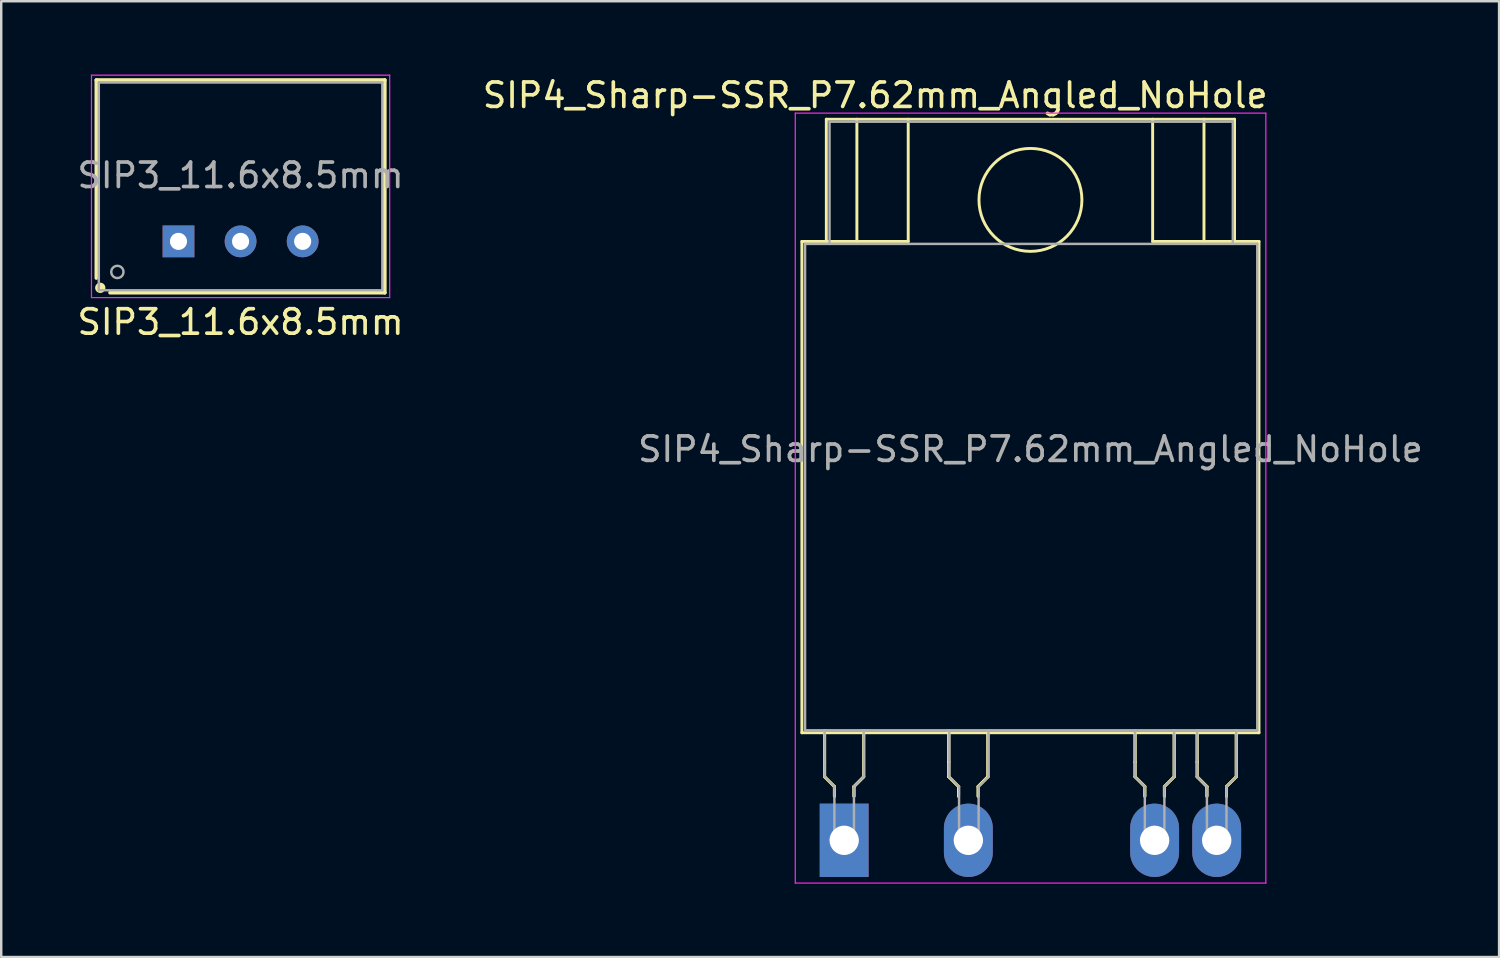
<source format=kicad_pcb>
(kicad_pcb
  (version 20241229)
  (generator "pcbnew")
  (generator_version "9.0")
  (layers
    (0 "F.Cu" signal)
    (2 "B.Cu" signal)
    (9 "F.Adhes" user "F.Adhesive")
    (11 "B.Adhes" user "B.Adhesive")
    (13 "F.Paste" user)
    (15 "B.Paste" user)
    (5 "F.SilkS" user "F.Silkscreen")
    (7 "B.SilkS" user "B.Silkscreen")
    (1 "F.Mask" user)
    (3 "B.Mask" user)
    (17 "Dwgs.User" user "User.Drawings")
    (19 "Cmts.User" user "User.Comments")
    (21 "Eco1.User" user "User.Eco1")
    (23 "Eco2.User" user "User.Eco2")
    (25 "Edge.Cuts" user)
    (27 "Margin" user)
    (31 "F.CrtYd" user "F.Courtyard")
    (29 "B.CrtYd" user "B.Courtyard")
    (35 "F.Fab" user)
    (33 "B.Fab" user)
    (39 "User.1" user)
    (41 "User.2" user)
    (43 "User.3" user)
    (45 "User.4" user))
  (footprint "SIP3_11.6x8.5mm"
    (layer "F.Cu")
    (at 4.252 6.825)
    (property "Reference" "SIP3_11.6x8.5mm" (at 2.54 3.3 180) (layer "F.SilkS") (effects (font (size 1 1) (thickness 0.15))))
    (attr through_hole)
    (fp_line (start -3.36 -6.6) (end 8.44 -6.6) (stroke (width 0.15) (type solid)) (layer "F.SilkS"))
    (fp_line (start -3.36 1.5) (end -3.36 -6.6) (stroke (width 0.15) (type solid)) (layer "F.SilkS"))
    (fp_line (start -2.8 2.1) (end 8.44 2.1) (stroke (width 0.15) (type solid)) (layer "F.SilkS"))
    (fp_line (start 8.44 -6.6) (end 8.44 2.1) (stroke (width 0.15) (type solid)) (layer "F.SilkS"))
    (fp_circle (center -3.2 1.9) (end -3.05 1.9) (stroke (width 0.12) (type solid)) (fill yes) (layer "F.SilkS"))
    (fp_line (start -3.56 2.3) (end -3.56 -6.8) (stroke (width 0.05) (type solid)) (layer "F.CrtYd"))
    (fp_line (start 8.64 -6.8) (end -3.56 -6.8) (stroke (width 0.05) (type solid)) (layer "F.CrtYd"))
    (fp_line (start 8.64 2.3) (end -3.56 2.3) (stroke (width 0.05) (type solid)) (layer "F.CrtYd"))
    (fp_line (start 8.64 2.3) (end 8.64 -6.8) (stroke (width 0.05) (type solid)) (layer "F.CrtYd"))
    (fp_line (start -3.26 -6.5) (end -3.26 2) (stroke (width 0.1) (type solid)) (layer "F.Fab"))
    (fp_line (start 8.34 -6.5) (end -3.26 -6.5) (stroke (width 0.1) (type solid)) (layer "F.Fab"))
    (fp_line (start 8.34 2) (end -3.26 2) (stroke (width 0.1) (type solid)) (layer "F.Fab"))
    (fp_line (start 8.34 2) (end 8.34 -6.5) (stroke (width 0.1) (type solid)) (layer "F.Fab"))
    (fp_circle (center -2.5 1.25) (end -2.25 1.25) (stroke (width 0.1) (type solid)) (fill no) (layer "F.Fab"))
    (fp_text user "${REFERENCE}" (at 2.54 -2.7 180) (layer "F.Fab") (effects (font (size 1 1) (thickness 0.15))))
    (pad "1" thru_hole rect (at 0 0 270) (size 1.3 1.3) (drill 0.7) (layers "*.Cu" "*.Mask"))
    (pad "2" thru_hole circle (at 2.54 0 180) (size 1.3 1.3) (drill 0.7) (layers "*.Cu" "*.Mask"))
    (pad "3" thru_hole circle (at 5.08 0 270) (size 1.3 1.3) (drill 0.7) (layers "*.Cu" "*.Mask")))
  (footprint "SIP4_Sharp-SSR_P7.62mm_Angled_NoHole"
    (layer "F.Cu")
    (at 31.486 31.328)
    (property "Reference" "SIP4_Sharp-SSR_P7.62mm_Angled_NoHole" (at 1.27 -30.48 0) (layer "F.SilkS") (effects (font (size 1 1) (thickness 0.15))))
    (attr through_hole)
    (fp_line (start -1.73 -24.5) (end 2.62 -24.5) (stroke (width 0.12) (type solid)) (layer "F.SilkS"))
    (fp_line (start -1.73 -4.4) (end -1.73 -24.5) (stroke (width 0.12) (type solid)) (layer "F.SilkS"))
    (fp_line (start -0.8 -3.2) (end -0.8 -4.4) (stroke (width 0.12) (type solid)) (layer "F.SilkS"))
    (fp_line (start -0.8 -3.2) (end -0.8 -4.4) (stroke (width 0.12) (type solid)) (layer "F.SilkS"))
    (fp_line (start -0.8 -2.6) (end -0.8 -3.2) (stroke (width 0.12) (type solid)) (layer "F.SilkS"))
    (fp_line (start -0.8 -2.6) (end -0.8 -3.2) (stroke (width 0.12) (type solid)) (layer "F.SilkS"))
    (fp_line (start -0.73 -29.5) (end 15.97 -29.5) (stroke (width 0.12) (type solid)) (layer "F.SilkS"))
    (fp_line (start -0.73 -24.5) (end -0.73 -29.5) (stroke (width 0.12) (type solid)) (layer "F.SilkS"))
    (fp_line (start -0.4 -2.2) (end -0.8 -2.6) (stroke (width 0.12) (type solid)) (layer "F.SilkS"))
    (fp_line (start -0.4 -2.2) (end -0.8 -2.6) (stroke (width 0.12) (type solid)) (layer "F.SilkS"))
    (fp_line (start -0.4 -2.2) (end -0.4 -1.8) (stroke (width 0.12) (type solid)) (layer "F.SilkS"))
    (fp_line (start -0.4 -2.2) (end -0.4 -1.8) (stroke (width 0.12) (type solid)) (layer "F.SilkS"))
    (fp_line (start 0.4 -2.2) (end 0.8 -2.6) (stroke (width 0.12) (type solid)) (layer "F.SilkS"))
    (fp_line (start 0.4 -2.2) (end 0.8 -2.6) (stroke (width 0.12) (type solid)) (layer "F.SilkS"))
    (fp_line (start 0.4 -1.8) (end 0.4 -2.2) (stroke (width 0.12) (type solid)) (layer "F.SilkS"))
    (fp_line (start 0.4 -1.8) (end 0.4 -2.2) (stroke (width 0.12) (type solid)) (layer "F.SilkS"))
    (fp_line (start 0.52 -24.5) (end 0.52 -29.5) (stroke (width 0.12) (type solid)) (layer "F.SilkS"))
    (fp_line (start 0.8 -2.6) (end 0.8 -4.4) (stroke (width 0.12) (type solid)) (layer "F.SilkS"))
    (fp_line (start 0.8 -2.6) (end 0.8 -4.4) (stroke (width 0.12) (type solid)) (layer "F.SilkS"))
    (fp_line (start 2.62 -29.5) (end 2.62 -24.5) (stroke (width 0.12) (type solid)) (layer "F.SilkS"))
    (fp_line (start 4.28 -3.2) (end 4.28 -4.4) (stroke (width 0.12) (type solid)) (layer "F.SilkS"))
    (fp_line (start 4.28 -3.2) (end 4.28 -4.4) (stroke (width 0.12) (type solid)) (layer "F.SilkS"))
    (fp_line (start 4.28 -2.6) (end 4.28 -3.2) (stroke (width 0.12) (type solid)) (layer "F.SilkS"))
    (fp_line (start 4.28 -2.6) (end 4.28 -3.2) (stroke (width 0.12) (type solid)) (layer "F.SilkS"))
    (fp_line (start 4.68 -2.2) (end 4.28 -2.6) (stroke (width 0.12) (type solid)) (layer "F.SilkS"))
    (fp_line (start 4.68 -2.2) (end 4.28 -2.6) (stroke (width 0.12) (type solid)) (layer "F.SilkS"))
    (fp_line (start 4.68 -2.2) (end 4.68 -1.8) (stroke (width 0.12) (type solid)) (layer "F.SilkS"))
    (fp_line (start 4.68 -2.2) (end 4.68 -1.8) (stroke (width 0.12) (type solid)) (layer "F.SilkS"))
    (fp_line (start 5.48 -2.2) (end 5.88 -2.6) (stroke (width 0.12) (type solid)) (layer "F.SilkS"))
    (fp_line (start 5.48 -2.2) (end 5.88 -2.6) (stroke (width 0.12) (type solid)) (layer "F.SilkS"))
    (fp_line (start 5.48 -1.8) (end 5.48 -2.2) (stroke (width 0.12) (type solid)) (layer "F.SilkS"))
    (fp_line (start 5.48 -1.8) (end 5.48 -2.2) (stroke (width 0.12) (type solid)) (layer "F.SilkS"))
    (fp_line (start 5.88 -2.6) (end 5.88 -4.4) (stroke (width 0.12) (type solid)) (layer "F.SilkS"))
    (fp_line (start 5.88 -2.6) (end 5.88 -4.4) (stroke (width 0.12) (type solid)) (layer "F.SilkS"))
    (fp_line (start 11.9 -3.2) (end 11.9 -4.4) (stroke (width 0.12) (type solid)) (layer "F.SilkS"))
    (fp_line (start 11.9 -3.2) (end 11.9 -4.4) (stroke (width 0.12) (type solid)) (layer "F.SilkS"))
    (fp_line (start 11.9 -2.6) (end 11.9 -3.2) (stroke (width 0.12) (type solid)) (layer "F.SilkS"))
    (fp_line (start 11.9 -2.6) (end 11.9 -3.2) (stroke (width 0.12) (type solid)) (layer "F.SilkS"))
    (fp_line (start 12.3 -2.2) (end 11.9 -2.6) (stroke (width 0.12) (type solid)) (layer "F.SilkS"))
    (fp_line (start 12.3 -2.2) (end 11.9 -2.6) (stroke (width 0.12) (type solid)) (layer "F.SilkS"))
    (fp_line (start 12.3 -2.2) (end 12.3 -1.8) (stroke (width 0.12) (type solid)) (layer "F.SilkS"))
    (fp_line (start 12.3 -2.2) (end 12.3 -1.8) (stroke (width 0.12) (type solid)) (layer "F.SilkS"))
    (fp_line (start 12.62 -29.5) (end 12.62 -24.5) (stroke (width 0.12) (type solid)) (layer "F.SilkS"))
    (fp_line (start 12.62 -24.5) (end 16.97 -24.5) (stroke (width 0.12) (type solid)) (layer "F.SilkS"))
    (fp_line (start 13.1 -2.2) (end 13.5 -2.6) (stroke (width 0.12) (type solid)) (layer "F.SilkS"))
    (fp_line (start 13.1 -2.2) (end 13.5 -2.6) (stroke (width 0.12) (type solid)) (layer "F.SilkS"))
    (fp_line (start 13.1 -1.8) (end 13.1 -2.2) (stroke (width 0.12) (type solid)) (layer "F.SilkS"))
    (fp_line (start 13.1 -1.8) (end 13.1 -2.2) (stroke (width 0.12) (type solid)) (layer "F.SilkS"))
    (fp_line (start 13.5 -2.6) (end 13.5 -4.4) (stroke (width 0.12) (type solid)) (layer "F.SilkS"))
    (fp_line (start 13.5 -2.6) (end 13.5 -4.4) (stroke (width 0.12) (type solid)) (layer "F.SilkS"))
    (fp_line (start 14.44 -3.2) (end 14.44 -4.4) (stroke (width 0.12) (type solid)) (layer "F.SilkS"))
    (fp_line (start 14.44 -3.2) (end 14.44 -4.4) (stroke (width 0.12) (type solid)) (layer "F.SilkS"))
    (fp_line (start 14.44 -2.6) (end 14.44 -3.2) (stroke (width 0.12) (type solid)) (layer "F.SilkS"))
    (fp_line (start 14.44 -2.6) (end 14.44 -3.2) (stroke (width 0.12) (type solid)) (layer "F.SilkS"))
    (fp_line (start 14.72 -24.5) (end 14.72 -29.5) (stroke (width 0.12) (type solid)) (layer "F.SilkS"))
    (fp_line (start 14.84 -2.2) (end 14.44 -2.6) (stroke (width 0.12) (type solid)) (layer "F.SilkS"))
    (fp_line (start 14.84 -2.2) (end 14.44 -2.6) (stroke (width 0.12) (type solid)) (layer "F.SilkS"))
    (fp_line (start 14.84 -2.2) (end 14.84 -1.8) (stroke (width 0.12) (type solid)) (layer "F.SilkS"))
    (fp_line (start 14.84 -2.2) (end 14.84 -1.8) (stroke (width 0.12) (type solid)) (layer "F.SilkS"))
    (fp_line (start 15.64 -2.2) (end 16.04 -2.6) (stroke (width 0.12) (type solid)) (layer "F.SilkS"))
    (fp_line (start 15.64 -2.2) (end 16.04 -2.6) (stroke (width 0.12) (type solid)) (layer "F.SilkS"))
    (fp_line (start 15.64 -1.8) (end 15.64 -2.2) (stroke (width 0.12) (type solid)) (layer "F.SilkS"))
    (fp_line (start 15.64 -1.8) (end 15.64 -2.2) (stroke (width 0.12) (type solid)) (layer "F.SilkS"))
    (fp_line (start 15.97 -24.5) (end 15.97 -29.5) (stroke (width 0.12) (type solid)) (layer "F.SilkS"))
    (fp_line (start 16.04 -2.6) (end 16.04 -4.4) (stroke (width 0.12) (type solid)) (layer "F.SilkS"))
    (fp_line (start 16.04 -2.6) (end 16.04 -4.4) (stroke (width 0.12) (type solid)) (layer "F.SilkS"))
    (fp_line (start 16.97 -24.5) (end 16.97 -4.4) (stroke (width 0.12) (type solid)) (layer "F.SilkS"))
    (fp_line (start 16.97 -4.4) (end -1.73 -4.4) (stroke (width 0.12) (type solid)) (layer "F.SilkS"))
    (fp_circle (center 7.62 -26.2) (end 9.35 -27.4) (stroke (width 0.12) (type solid)) (fill no) (layer "F.SilkS"))
    (fp_line (start -2 -29.75) (end 17.25 -29.75) (stroke (width 0.05) (type solid)) (layer "F.CrtYd"))
    (fp_line (start -2 1.75) (end -2 -29.75) (stroke (width 0.05) (type solid)) (layer "F.CrtYd"))
    (fp_line (start 17.25 -29.75) (end 17.25 1.75) (stroke (width 0.05) (type solid)) (layer "F.CrtYd"))
    (fp_line (start 17.25 1.75) (end -2 1.75) (stroke (width 0.05) (type solid)) (layer "F.CrtYd"))
    (fp_line (start -1.6 -24.4) (end 16.9 -24.4) (stroke (width 0.1) (type solid)) (layer "F.Fab"))
    (fp_line (start -1.6 -4.5) (end -1.6 -24.4) (stroke (width 0.1) (type solid)) (layer "F.Fab"))
    (fp_line (start -0.8 -4.5) (end -0.8 -2.6) (stroke (width 0.1) (type solid)) (layer "F.Fab"))
    (fp_line (start -0.8 -2.6) (end -0.4 -2.2) (stroke (width 0.1) (type solid)) (layer "F.Fab"))
    (fp_line (start -0.6 -29.4) (end 15.9 -29.4) (stroke (width 0.1) (type solid)) (layer "F.Fab"))
    (fp_line (start -0.6 -24.4) (end -0.6 -29.4) (stroke (width 0.1) (type solid)) (layer "F.Fab"))
    (fp_line (start -0.4 -2.2) (end -0.4 0) (stroke (width 0.1) (type solid)) (layer "F.Fab"))
    (fp_line (start -0.4 0) (end 0.4 0) (stroke (width 0.1) (type solid)) (layer "F.Fab"))
    (fp_line (start 0.4 -2.2) (end 0.8 -2.6) (stroke (width 0.1) (type solid)) (layer "F.Fab"))
    (fp_line (start 0.4 0) (end 0.4 -2.2) (stroke (width 0.1) (type solid)) (layer "F.Fab"))
    (fp_line (start 0.8 -2.6) (end 0.8 -4.5) (stroke (width 0.1) (type solid)) (layer "F.Fab"))
    (fp_line (start 4.3 -4.5) (end 4.3 -2.6) (stroke (width 0.1) (type solid)) (layer "F.Fab"))
    (fp_line (start 4.3 -2.6) (end 4.7 -2.2) (stroke (width 0.1) (type solid)) (layer "F.Fab"))
    (fp_line (start 4.7 -2.2) (end 4.7 0) (stroke (width 0.1) (type solid)) (layer "F.Fab"))
    (fp_line (start 4.7 0) (end 5.5 0) (stroke (width 0.1) (type solid)) (layer "F.Fab"))
    (fp_line (start 5.5 -2.2) (end 5.9 -2.6) (stroke (width 0.1) (type solid)) (layer "F.Fab"))
    (fp_line (start 5.5 0) (end 5.5 -2.2) (stroke (width 0.1) (type solid)) (layer "F.Fab"))
    (fp_line (start 5.9 -2.6) (end 5.9 -4.5) (stroke (width 0.1) (type solid)) (layer "F.Fab"))
    (fp_line (start 11.9 -4.5) (end 11.9 -2.6) (stroke (width 0.1) (type solid)) (layer "F.Fab"))
    (fp_line (start 11.9 -2.6) (end 12.3 -2.2) (stroke (width 0.1) (type solid)) (layer "F.Fab"))
    (fp_line (start 12.3 -2.2) (end 12.3 0) (stroke (width 0.1) (type solid)) (layer "F.Fab"))
    (fp_line (start 12.3 0) (end 13.1 0) (stroke (width 0.1) (type solid)) (layer "F.Fab"))
    (fp_line (start 13.1 -2.2) (end 13.5 -2.6) (stroke (width 0.1) (type solid)) (layer "F.Fab"))
    (fp_line (start 13.1 0) (end 13.1 -2.2) (stroke (width 0.1) (type solid)) (layer "F.Fab"))
    (fp_line (start 13.5 -2.6) (end 13.5 -4.5) (stroke (width 0.1) (type solid)) (layer "F.Fab"))
    (fp_line (start 14.44 -4.5) (end 14.44 -2.6) (stroke (width 0.1) (type solid)) (layer "F.Fab"))
    (fp_line (start 14.44 -2.6) (end 14.84 -2.2) (stroke (width 0.1) (type solid)) (layer "F.Fab"))
    (fp_line (start 14.84 -2.2) (end 14.84 0) (stroke (width 0.1) (type solid)) (layer "F.Fab"))
    (fp_line (start 14.84 0) (end 15.64 0) (stroke (width 0.1) (type solid)) (layer "F.Fab"))
    (fp_line (start 15.64 -2.2) (end 16.04 -2.6) (stroke (width 0.1) (type solid)) (layer "F.Fab"))
    (fp_line (start 15.64 0) (end 15.64 -2.2) (stroke (width 0.1) (type solid)) (layer "F.Fab"))
    (fp_line (start 15.9 -29.4) (end 15.9 -24.4) (stroke (width 0.1) (type solid)) (layer "F.Fab"))
    (fp_line (start 16.04 -2.6) (end 16.04 -4.5) (stroke (width 0.1) (type solid)) (layer "F.Fab"))
    (fp_line (start 16.9 -24.4) (end 16.9 -4.5) (stroke (width 0.1) (type solid)) (layer "F.Fab"))
    (fp_line (start 16.9 -4.5) (end -1.6 -4.5) (stroke (width 0.1) (type solid)) (layer "F.Fab"))
    (fp_text user "${REFERENCE}" (at 7.62 -16 0) (layer "F.Fab") (effects (font (size 1 1) (thickness 0.15))))
    (pad "1" thru_hole rect (at 0 0) (size 2 3) (drill 1.2) (layers "*.Cu" "*.Mask"))
    (pad "2" thru_hole oval (at 5.08 0) (size 2 3) (drill 1.2) (layers "*.Cu" "*.Mask"))
    (pad "3" thru_hole oval (at 12.7 0) (size 2 3) (drill 1.2) (layers "*.Cu" "*.Mask"))
    (pad "4" thru_hole oval (at 15.24 0) (size 2 3) (drill 1.2) (layers "*.Cu" "*.Mask")))
  (gr_rect
    (start -3 -3)
    (end 58.279 36.103)
    (stroke (width 0.1) (type default))
    (fill no)
    (layer "Edge.Cuts")))
</source>
